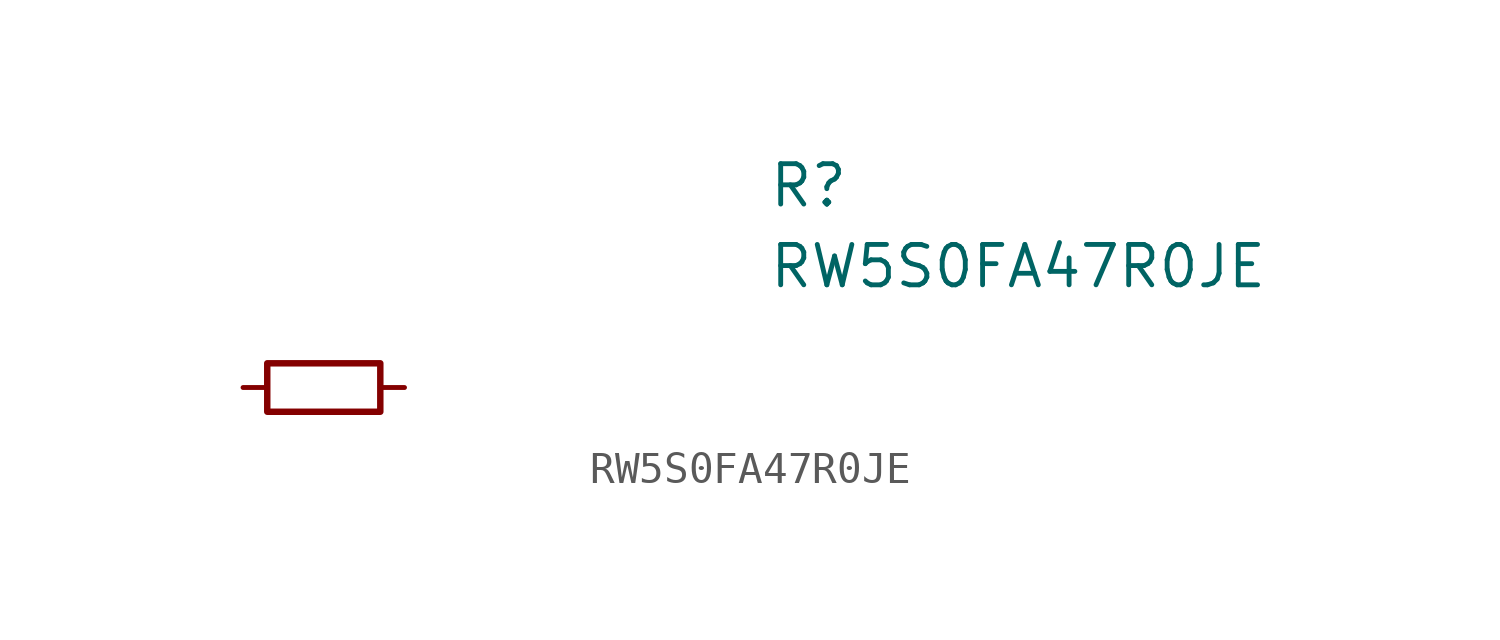
<source format=kicad_sym>
(kicad_symbol_lib
  (version 20220914)
  (generator kicad_symbol_editor)
  (symbol "RW5S0FA47R0JE"
    (pin_numbers hide)
    (pin_names
      (offset 0.762) hide)
    (property "Reference" "R"
      (at 13.97 6.35 0)
      (effects (font (size 1.27 1.27)) (justify left)))
    (property "Value" "RW5S0FA47R0JE"
      (at 13.97 3.81 0)
      (effects (font (size 1.27 1.27)) (justify left)))
    (symbol "RW5S0FA47R0JE_0_1"
      (rectangle (start -1.778 -0.762) (end 1.778 0.762) (stroke (width 0.203) (type default)) (fill (type none))))
    (symbol "RW5S0FA47R0JE_1_1"
      (pin passive line (at -2.54 0 0) (length 0.762) (name "~" (effects (font (size 1.27 1.27)))) (number "1" (effects (font (size 1.27 1.27)))))
      (pin passive line (at 2.54 0 180) (length 0.762) (name "~" (effects (font (size 1.27 1.27)))) (number "2" (effects (font (size 1.27 1.27))))))))
</source>
